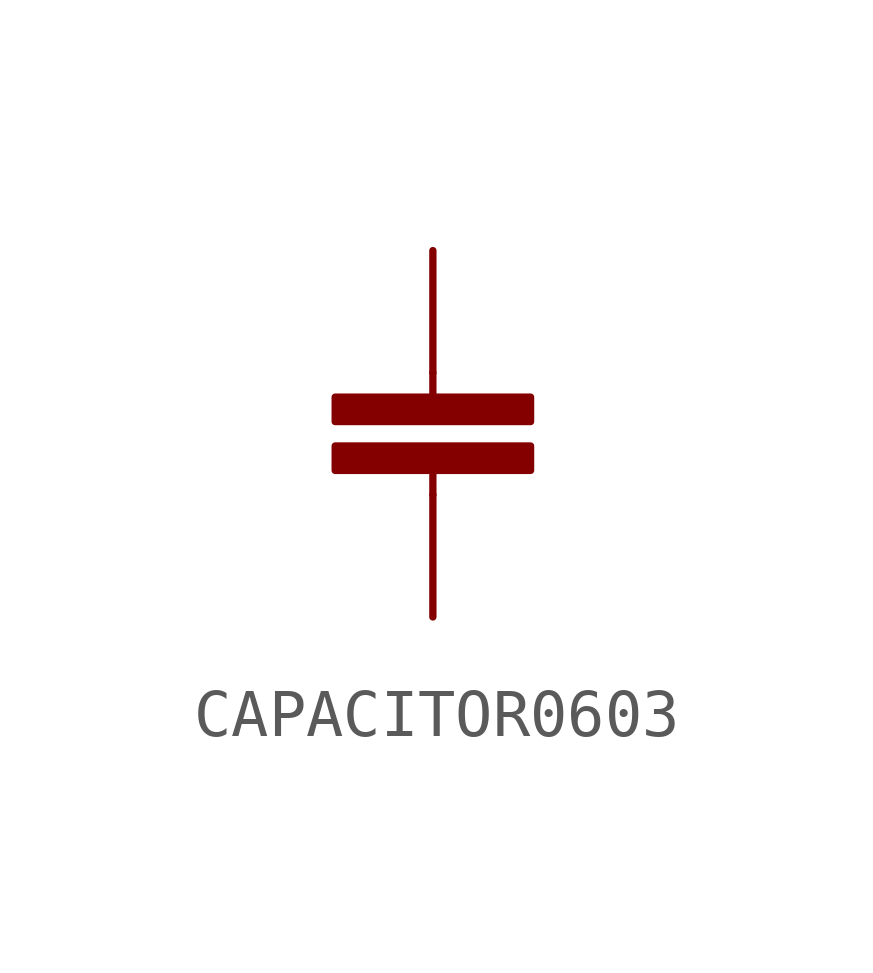
<source format=kicad_sym>
(kicad_symbol_lib
  (version 20231120)
  (generator "kicad_symbol_editor")
  (generator_version "8.0")
  (symbol "CAPACITOR0603"
    (property "Reference" ""
      (at 1.778 0.508 0)
      (effects (font (size 1.27 1.079)) (justify left bottom) (hide yes)))
    (property "Value" ""
      (at 1.778 -3.81 0)
      (effects (font (size 1.27 1.079)) (justify left bottom)))
    (property "ki_locked" ""
      (at 0 0 0)
      (effects (font (size 1.27 1.27))))
    (symbol "CAPACITOR0603_1_0"
      (rectangle (start -2.032 -2.032) (end 2.032 -1.524) (stroke (width 0) (type default)) (fill (type outline)))
      (rectangle (start -2.032 -1.016) (end 2.032 -0.508) (stroke (width 0) (type default)) (fill (type outline)))
      (polyline (pts (xy 0 -2.54) (xy 0 -2.032)) (stroke (width 0.152) (type solid)) (fill (type none)))
      (polyline (pts (xy 0 0) (xy 0 -0.508)) (stroke (width 0.152) (type solid)) (fill (type none)))
      (pin passive line (at 0 2.54 270) (length 2.54) (name "1" (effects (font (size 0 0)))) (number "P$1" (effects (font (size 0 0)))))
      (pin passive line (at 0 -5.08 90) (length 2.54) (name "2" (effects (font (size 0 0)))) (number "P$2" (effects (font (size 0 0))))))))
</source>
